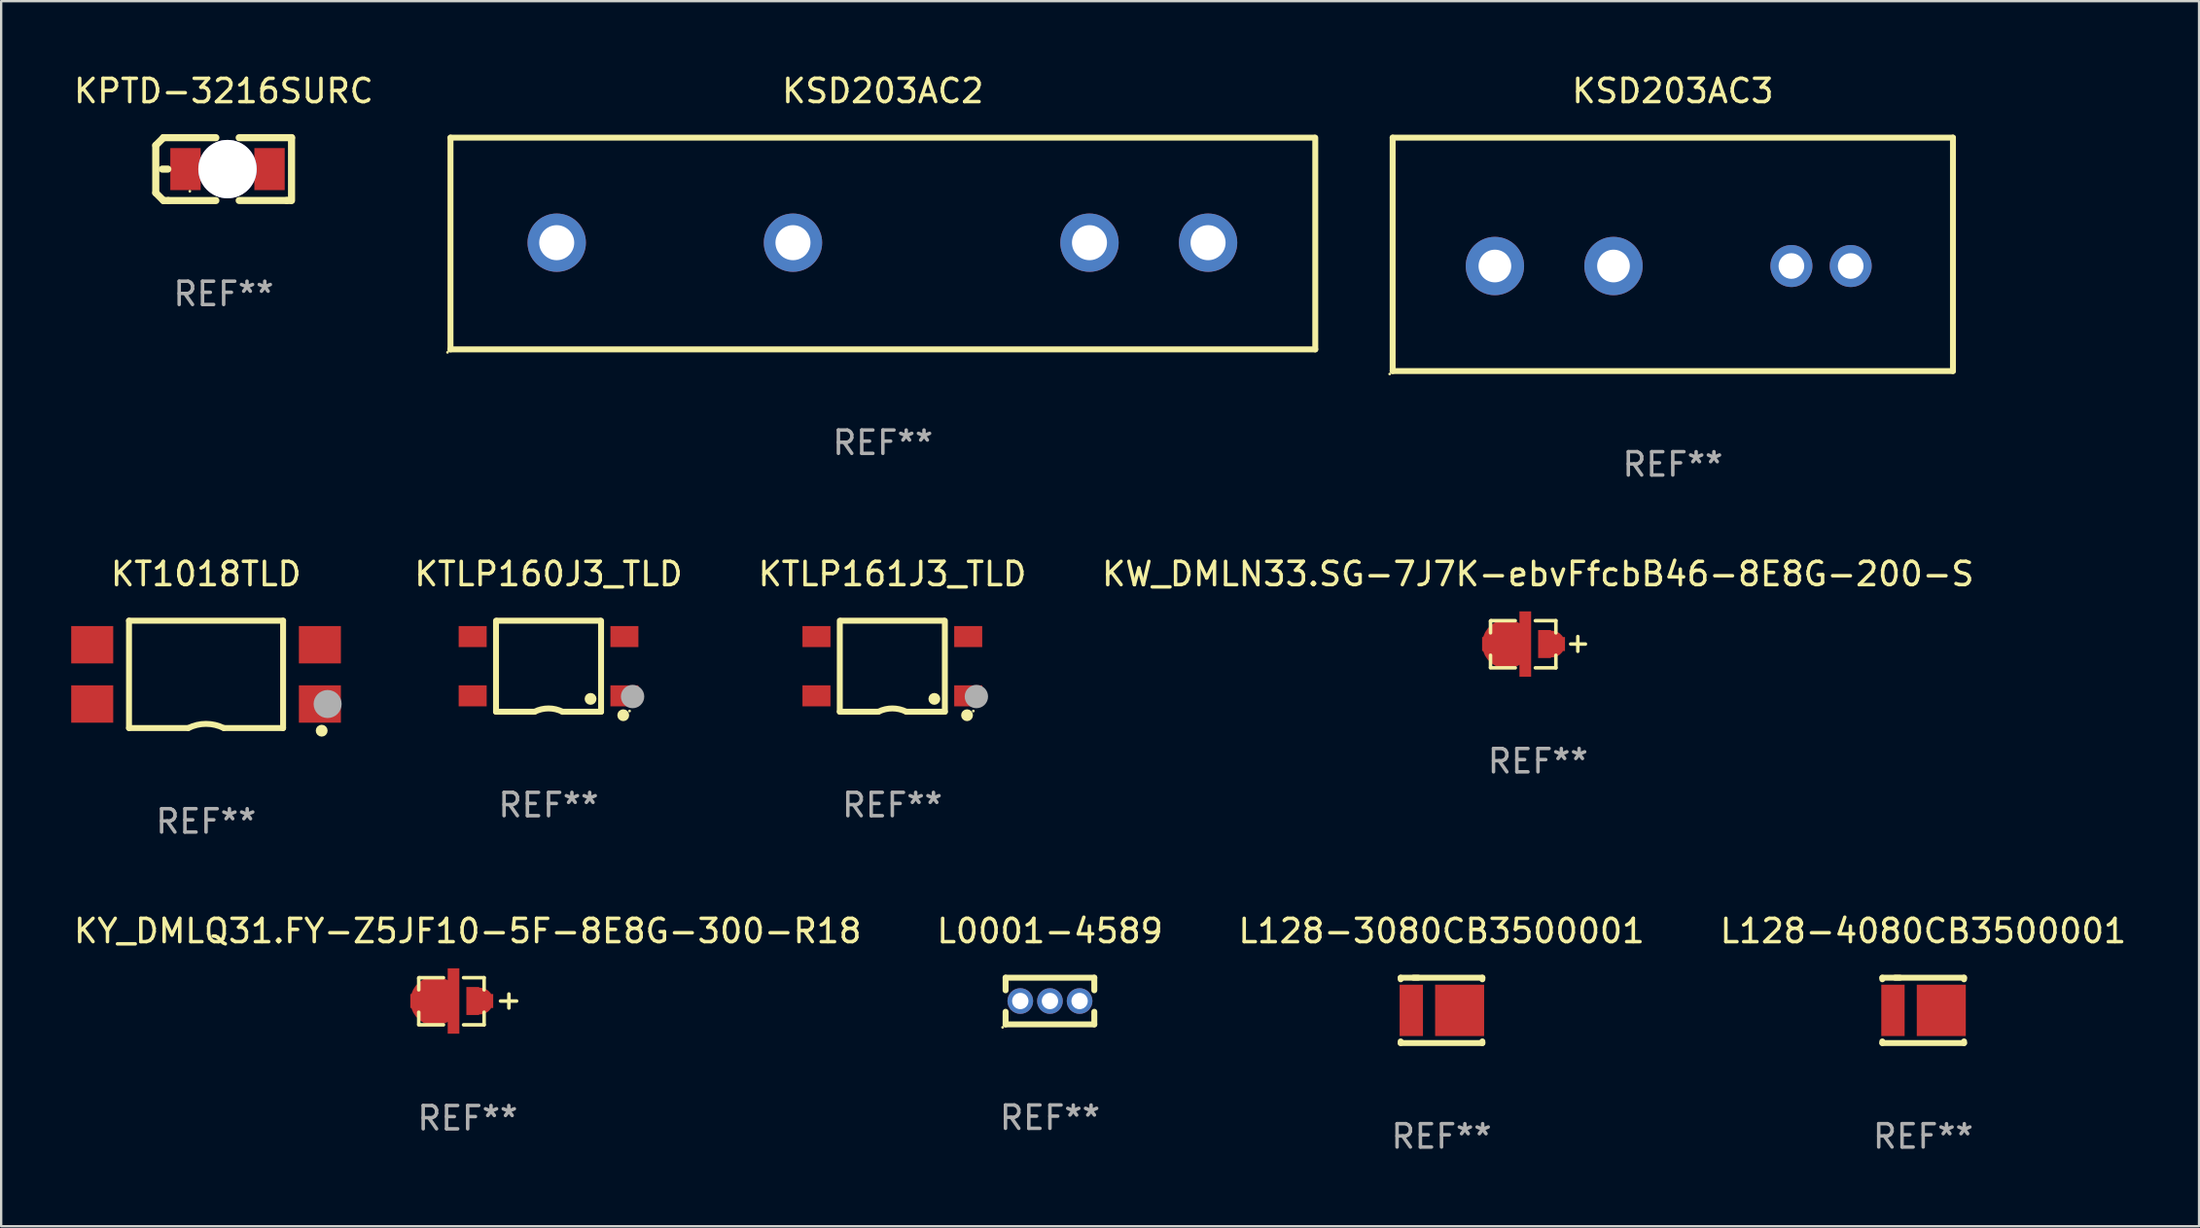
<source format=kicad_pcb>
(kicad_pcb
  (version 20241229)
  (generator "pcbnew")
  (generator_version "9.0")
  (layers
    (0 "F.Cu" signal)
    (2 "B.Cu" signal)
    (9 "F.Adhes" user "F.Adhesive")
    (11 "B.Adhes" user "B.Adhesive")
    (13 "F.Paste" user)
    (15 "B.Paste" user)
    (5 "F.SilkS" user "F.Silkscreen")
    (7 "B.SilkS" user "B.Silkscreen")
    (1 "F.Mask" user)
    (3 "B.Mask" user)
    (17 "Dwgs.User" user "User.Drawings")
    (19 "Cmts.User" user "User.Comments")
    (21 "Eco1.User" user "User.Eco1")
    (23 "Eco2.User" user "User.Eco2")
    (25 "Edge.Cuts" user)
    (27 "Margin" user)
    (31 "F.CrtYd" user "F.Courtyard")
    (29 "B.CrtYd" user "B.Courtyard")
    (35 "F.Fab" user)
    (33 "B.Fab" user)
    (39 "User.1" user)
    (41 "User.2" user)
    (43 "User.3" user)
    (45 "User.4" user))
  (footprint "KSD203AC2"
    (layer "F.Cu")
    (at 34.767 7.384)
    (property "Reference" "KSD203AC2" (at 0 -6.536 0) (layer "F.SilkS") (effects (font (size 1 1) (thickness 0.15))))
    (attr through_hole)
    (fp_line (start -18.521 -4.536) (end -18.521 4.536) (stroke (width 0.254) (type solid)) (layer "F.SilkS"))
    (fp_line (start -18.521 -4.536) (end 18.479 -4.536) (stroke (width 0.254) (type solid)) (layer "F.SilkS"))
    (fp_line (start -18.521 4.536) (end 18.521 4.536) (stroke (width 0.254) (type solid)) (layer "F.SilkS"))
    (fp_line (start 18.521 4.536) (end 18.521 -4.536) (stroke (width 0.254) (type solid)) (layer "F.SilkS"))
    (fp_circle (center -18.648 4.663) (end -18.618 4.663) (stroke (width 0.06) (type solid)) (fill no) (layer "F.SilkS"))
    (fp_text user "-" (at 12.806 3.647 0) (layer "B.Mask") (effects (font (size 1 1) (thickness 0.15))))
    (fp_text user "AC" (at -10.689 3.774 0) (layer "B.Mask") (effects (font (size 1 1) (thickness 0.15))))
    (fp_text user "+" (at 7.345 3.647 0) (layer "B.Mask") (effects (font (size 1 1) (thickness 0.15))))
    (fp_text user "REF**" (at 0 8.536 0) (layer "F.Fab") (effects (font (size 1 1) (thickness 0.15))))
    (pad "1" thru_hole circle (at -13.971 -0.036) (size 2.5 2.5) (drill 1.5) (layers "*.Cu" "*.Mask"))
    (pad "2" thru_hole circle (at -3.851 -0.036) (size 2.5 2.5) (drill 1.5) (layers "*.Cu" "*.Mask"))
    (pad "3" thru_hole circle (at 8.849 -0.036) (size 2.5 2.5) (drill 1.5) (layers "*.Cu" "*.Mask"))
    (pad "4" thru_hole circle (at 13.929 -0.036) (size 2.5 2.5) (drill 1.5) (layers "*.Cu" "*.Mask")))
  (footprint "KSD203AC3"
    (layer "F.Cu")
    (at 68.602 7.848)
    (property "Reference" "KSD203AC3" (at 0 -7 0) (layer "F.SilkS") (effects (font (size 1 1) (thickness 0.15))))
    (attr through_hole)
    (fp_line (start -12 -5) (end -12 5) (stroke (width 0.254) (type solid)) (layer "F.SilkS"))
    (fp_line (start 12 -5) (end -12 -5) (stroke (width 0.254) (type solid)) (layer "F.SilkS"))
    (fp_line (start 12 -5) (end 12 5) (stroke (width 0.254) (type solid)) (layer "F.SilkS"))
    (fp_line (start 12 5) (end -12 5) (stroke (width 0.254) (type solid)) (layer "F.SilkS"))
    (fp_circle (center -12.127 5.127) (end -12.097 5.127) (stroke (width 0.06) (type solid)) (fill no) (layer "F.SilkS"))
    (fp_text user "AC" (at -6.477 4.31 0) (layer "B.Mask") (effects (font (size 1 1) (thickness 0.15))))
    (fp_text user "-" (at 7.112 4.056 0) (layer "B.Mask") (effects (font (size 1 1) (thickness 0.15))))
    (fp_text user "+" (at 4.191 4.056 0) (layer "B.Mask") (effects (font (size 1 1) (thickness 0.15))))
    (fp_text user "REF**" (at 0 9 0) (layer "F.Fab") (effects (font (size 1 1) (thickness 0.15))))
    (pad "1" thru_hole circle (at -7.62 0.5) (size 2.5 2.5) (drill 1.4) (layers "*.Cu" "*.Mask"))
    (pad "2" thru_hole circle (at -2.54 0.5) (size 2.5 2.5) (drill 1.4) (layers "*.Cu" "*.Mask"))
    (pad "3" thru_hole circle (at 5.08 0.5) (size 1.8 1.8) (drill 1.1) (layers "*.Cu" "*.Mask"))
    (pad "4" thru_hole circle (at 7.62 0.5) (size 1.8 1.8) (drill 1.1) (layers "*.Cu" "*.Mask")))
  (footprint "KPTD-3216SURC"
    (layer "F.Cu")
    (at 6.53 4.196)
    (property "Reference" "KPTD-3216SURC" (at 0 -3.347 0) (layer "F.SilkS") (effects (font (size 1 1) (thickness 0.15))))
    (attr through_hole)
    (fp_line (start -2.908 -1.017) (end -2.908 1.017) (stroke (width 0.305) (type solid)) (layer "F.SilkS"))
    (fp_line (start -2.908 1.017) (end -2.578 1.347) (stroke (width 0.305) (type solid)) (layer "F.SilkS"))
    (fp_line (start -2.629 -0.001) (end -2.391 -0.001) (stroke (width 0.305) (type solid)) (layer "F.SilkS"))
    (fp_line (start -2.578 -1.347) (end -2.908 -1.017) (stroke (width 0.305) (type solid)) (layer "F.SilkS"))
    (fp_line (start -2.578 -1.347) (end -2.578 -1.347) (stroke (width 0.305) (type solid)) (layer "F.SilkS"))
    (fp_line (start -2.578 -1.347) (end -0.335 -1.347) (stroke (width 0.305) (type solid)) (layer "F.SilkS"))
    (fp_line (start -2.578 1.347) (end -2.375 1.347) (stroke (width 0.305) (type solid)) (layer "F.SilkS"))
    (fp_line (start -2.375 1.347) (end -0.335 1.347) (stroke (width 0.305) (type solid)) (layer "F.SilkS"))
    (fp_line (start 0.394 -0.678) (end 0.394 0.642) (stroke (width 0.305) (type solid)) (layer "F.SilkS"))
    (fp_line (start 0.394 -0.001) (end -0.343 -0.001) (stroke (width 0.305) (type solid)) (layer "F.SilkS"))
    (fp_line (start 2.705 1.345) (end 0.665 1.345) (stroke (width 0.305) (type solid)) (layer "F.SilkS"))
    (fp_line (start 2.883 1.345) (end 2.705 1.345) (stroke (width 0.305) (type solid)) (layer "F.SilkS"))
    (fp_line (start 2.908 -1.347) (end 0.665 -1.347) (stroke (width 0.305) (type solid)) (layer "F.SilkS"))
    (fp_line (start 2.908 -1.347) (end 2.908 1.345) (stroke (width 0.305) (type solid)) (layer "F.SilkS"))
    (fp_circle (center -1.449 0.949) (end -1.419 0.949) (stroke (width 0.06) (type solid)) (fill no) (layer "F.SilkS"))
    (fp_text user "REF**" (at 0 5.347 0) (layer "F.Fab") (effects (font (size 1 1) (thickness 0.15))))
    (pad "1" smd rect (at -1.635 -0.001 180) (size 1.3 1.8) (layers "F.Cu" "F.Mask" "F.Paste"))
    (pad "2" smd rect (at 1.965 -0.001) (size 1.3 1.8) (layers "F.Cu" "F.Mask" "F.Paste"))
    (pad "3" thru_hole circle (at 0.165 -0.001) (size 2.5 2.5) (drill 2.5) (layers "*.Cu" "*.Mask")))
  (footprint "KY_DMLQ31.FY-Z5JF10-5F-8E8G-300-R18"
    (layer "F.Cu")
    (at 16.982 39.851)
    (property "Reference" "KY_DMLQ31.FY-Z5JF10-5F-8E8G-300-R18" (at 0 -3.01 0) (layer "F.SilkS") (effects (font (size 1 1) (thickness 0.15))))
    (attr through_hole)
    (fp_line (start -2.096 -0.99) (end -2.096 -0.49) (stroke (width 0.152) (type solid)) (layer "F.SilkS"))
    (fp_line (start -2.096 0.47) (end -2.096 0.99) (stroke (width 0.152) (type solid)) (layer "F.SilkS"))
    (fp_line (start -2.096 1.01) (end -1.036 1.01) (stroke (width 0.152) (type solid)) (layer "F.SilkS"))
    (fp_line (start -2.076 -1.01) (end -2.096 -0.99) (stroke (width 0.152) (type solid)) (layer "F.SilkS"))
    (fp_line (start -1.036 -1.01) (end -2.076 -1.01) (stroke (width 0.152) (type solid)) (layer "F.SilkS"))
    (fp_line (start -0.176 1.01) (end 0.704 1.01) (stroke (width 0.152) (type solid)) (layer "F.SilkS"))
    (fp_line (start 0.704 -1.01) (end -0.176 -1.01) (stroke (width 0.152) (type solid)) (layer "F.SilkS"))
    (fp_line (start 0.704 -0.49) (end 0.704 -1.01) (stroke (width 0.152) (type solid)) (layer "F.SilkS"))
    (fp_line (start 0.704 1.01) (end 0.704 0.47) (stroke (width 0.152) (type solid)) (layer "F.SilkS"))
    (fp_line (start 1.406 -0.01) (end 2.096 -0.01) (stroke (width 0.152) (type solid)) (layer "F.SilkS"))
    (fp_line (start 1.766 -0.31) (end 1.766 0.29) (stroke (width 0.152) (type solid)) (layer "F.SilkS"))
    (fp_circle (center -2.056 0.99) (end -2.026 0.99) (stroke (width 0.06) (type solid)) (fill no) (layer "F.SilkS"))
    (fp_text user "REF**" (at 0 5.01 0) (layer "F.Fab") (effects (font (size 1 1) (thickness 0.15))))
    (pad "1" smd custom (at -1.406 -0.01) (size 2.1 2.8) (layers "F.Cu" "F.Mask" "F.Paste") (options (anchor circle)) (primitives (gr_poly (pts (xy 1.05 1.4) (xy 1.05 -1.4) (xy 0.55 -1.4) (xy 0.55 -0.8) (xy -0.45 -0.8) (xy -0.45 -0.3) (xy -1.05 -0.3) (xy -1.05 0.3) (xy -0.45 0.3) (xy -0.45 0.8) (xy 0.55 0.8) (xy 0.55 1.4)) (width 0) (fill yes))))
    (pad "2" smd custom (at 0.519 -0.01) (size 1.15 1.2) (layers "F.Cu" "F.Mask" "F.Paste") (options (anchor circle)) (primitives (gr_poly (pts (xy -0.575 0.6) (xy -0.575 -0.6) (xy -0.025 -0.6) (xy -0.025 -0.3) (xy 0.575 -0.3) (xy 0.575 0.3) (xy -0.025 0.3) (xy -0.025 0.6)) (width 0) (fill yes)))))
  (footprint "L128-3080CB3500001"
    (layer "F.Cu")
    (at 58.696 40.241)
    (property "Reference" "L128-3080CB3500001" (at 0 -3.4 0) (layer "F.SilkS") (effects (font (size 1 1) (thickness 0.15))))
    (attr through_hole)
    (fp_line (start -1.75 -1.4) (end -1 -1.4) (stroke (width 0.254) (type solid)) (layer "F.SilkS"))
    (fp_line (start -1.75 -1.331) (end -1.75 -1.4) (stroke (width 0.254) (type solid)) (layer "F.SilkS"))
    (fp_line (start -1.75 1.4) (end -1.75 1.331) (stroke (width 0.254) (type solid)) (layer "F.SilkS"))
    (fp_line (start -1.2 -1.4) (end 1.75 -1.4) (stroke (width 0.254) (type solid)) (layer "F.SilkS"))
    (fp_line (start 1.75 -1.4) (end 1.75 -1.33) (stroke (width 0.254) (type solid)) (layer "F.SilkS"))
    (fp_line (start 1.75 1.33) (end 1.75 1.4) (stroke (width 0.254) (type solid)) (layer "F.SilkS"))
    (fp_line (start 1.75 1.4) (end -1.75 1.4) (stroke (width 0.254) (type solid)) (layer "F.SilkS"))
    (fp_circle (center -1.775 1.4) (end -1.745 1.4) (stroke (width 0.06) (type solid)) (fill no) (layer "F.SilkS"))
    (fp_text user "REF**" (at 0 5.4 0) (layer "F.Fab") (effects (font (size 1 1) (thickness 0.15))))
    (pad "1" smd rect (at -1.295 0) (size 1 2.2) (layers "F.Cu" "F.Mask" "F.Paste"))
    (pad "2" smd rect (at 0.775 0) (size 2.1 2.2) (layers "F.Cu" "F.Mask" "F.Paste")))
  (footprint "L0001-4589"
    (layer "F.Cu")
    (at 41.923 39.841)
    (property "Reference" "L0001-4589" (at 0 -3 0) (layer "F.SilkS") (effects (font (size 1 1) (thickness 0.15))))
    (attr through_hole)
    (fp_line (start -1.9 -1) (end -1.9 -0.46) (stroke (width 0.254) (type solid)) (layer "F.SilkS"))
    (fp_line (start -1.9 -1) (end 1.9 -1) (stroke (width 0.254) (type solid)) (layer "F.SilkS"))
    (fp_line (start -1.9 0.46) (end -1.9 1) (stroke (width 0.254) (type solid)) (layer "F.SilkS"))
    (fp_line (start -1.9 1) (end 1.9 1) (stroke (width 0.254) (type solid)) (layer "F.SilkS"))
    (fp_line (start 1.9 -1) (end 1.9 -0.46) (stroke (width 0.254) (type solid)) (layer "F.SilkS"))
    (fp_line (start 1.9 0.46) (end 1.9 1) (stroke (width 0.254) (type solid)) (layer "F.SilkS"))
    (fp_circle (center -2.027 1.127) (end -1.997 1.127) (stroke (width 0.06) (type solid)) (fill no) (layer "F.SilkS"))
    (fp_text user "REF**" (at 0 5 0) (layer "F.Fab") (effects (font (size 1 1) (thickness 0.15))))
    (pad "1" thru_hole circle (at -1.27 0) (size 1.1 1.1) (drill 0.7) (layers "*.Cu" "*.Mask"))
    (pad "2" thru_hole circle (at 1.27 0) (size 1.1 1.1) (drill 0.7) (layers "*.Cu" "*.Mask"))
    (pad "3" thru_hole circle (at 0 0) (size 1.1 1.1) (drill 0.7) (layers "*.Cu" "*.Mask")))
  (footprint "KT1018TLD"
    (layer "F.Cu")
    (at 5.776 25.845)
    (property "Reference" "KT1018TLD" (at 0 -4.3 0) (layer "F.SilkS") (effects (font (size 1 1) (thickness 0.15))))
    (attr through_hole)
    (fp_line (start -3.3 -2.3) (end 3.3 -2.3) (stroke (width 0.254) (type solid)) (layer "F.SilkS"))
    (fp_line (start -3.3 2.3) (end -3.3 -2.3) (stroke (width 0.254) (type solid)) (layer "F.SilkS"))
    (fp_line (start -3.3 2.3) (end -0.762 2.3) (stroke (width 0.254) (type solid)) (layer "F.SilkS"))
    (fp_line (start 3.3 -2.3) (end 3.3 2.3) (stroke (width 0.254) (type solid)) (layer "F.SilkS"))
    (fp_line (start 3.3 2.3) (end 0.762 2.3) (stroke (width 0.254) (type solid)) (layer "F.SilkS"))
    (fp_arc (start -0.761976 2.300025) (mid 0.000169 2.120943) (end 0.762027 2.301244) (stroke (width 0.254001) (type solid)) (layer "F.SilkS"))
    (fp_circle (center 4.953 2.413) (end 5.08 2.413) (stroke (width 0.254) (type solid)) (fill no) (layer "F.SilkS"))
    (fp_circle (center 5 2.3) (end 5.03 2.3) (stroke (width 0.06) (type solid)) (fill no) (layer "F.SilkS"))
    (fp_arc (start 5.334138 1.270104) (mid 5.461138 1.240123) (end 5.588139 1.270104) (stroke (width 0.254001) (type solid)) (layer "F.Fab"))
    (fp_circle (center 5.207 1.27) (end 5.507 1.27) (stroke (width 0.6) (type solid)) (fill no) (layer "F.Fab"))
    (fp_text user "REF**" (at 0 6.3 0) (layer "F.Fab") (effects (font (size 1 1) (thickness 0.15))))
    (pad "1" smd rect (at 4.876 1.27) (size 1.8 1.6) (layers "F.Cu" "F.Mask" "F.Paste"))
    (pad "2" smd rect (at 4.876 -1.27) (size 1.8 1.6) (layers "F.Cu" "F.Mask" "F.Paste"))
    (pad "3" smd rect (at -4.876 -1.27) (size 1.8 1.6) (layers "F.Cu" "F.Mask" "F.Paste"))
    (pad "4" smd rect (at -4.876 1.27) (size 1.8 1.6) (layers "F.Cu" "F.Mask" "F.Paste")))
  (footprint "KTLP161J3_TLD"
    (layer "F.Cu")
    (at 35.172 25.495)
    (property "Reference" "KTLP161J3_TLD" (at 0 -3.95 0) (layer "F.SilkS") (effects (font (size 1 1) (thickness 0.15))))
    (attr through_hole)
    (fp_line (start -2.25 1.95) (end -2.25 -1.95) (stroke (width 0.254) (type solid)) (layer "F.SilkS"))
    (fp_line (start -2.25 1.95) (end -0.6 1.95) (stroke (width 0.254) (type solid)) (layer "F.SilkS"))
    (fp_line (start -2.2 -1.95) (end 2.2 -1.95) (stroke (width 0.254) (type solid)) (layer "F.SilkS"))
    (fp_line (start 2.25 -1.95) (end 2.25 1.95) (stroke (width 0.254) (type solid)) (layer "F.SilkS"))
    (fp_line (start 2.25 1.95) (end 0.6 1.95) (stroke (width 0.254) (type solid)) (layer "F.SilkS"))
    (fp_arc (start -0.6 1.949962) (mid -0.00019 1.808889) (end 0.599441 1.950724) (stroke (width 0.254001) (type solid)) (layer "F.SilkS"))
    (fp_circle (center 1.8 1.4) (end 1.927 1.4) (stroke (width 0.254) (type solid)) (fill no) (layer "F.SilkS"))
    (fp_circle (center 3.2 2.1) (end 3.327 2.1) (stroke (width 0.254) (type solid)) (fill no) (layer "F.SilkS"))
    (fp_circle (center 3.47 1.92) (end 3.5 1.92) (stroke (width 0.06) (type solid)) (fill no) (layer "F.SilkS"))
    (fp_circle (center 3.6 1.3) (end 3.85 1.3) (stroke (width 0.5) (type solid)) (fill no) (layer "F.Fab"))
    (fp_text user "REF**" (at 0 5.95 0) (layer "F.Fab") (effects (font (size 1 1) (thickness 0.15))))
    (pad "1" smd rect (at 3.25 1.27 180) (size 1.199 0.9) (layers "F.Cu" "F.Mask" "F.Paste"))
    (pad "2" smd rect (at 3.25 -1.27 180) (size 1.199 0.9) (layers "F.Cu" "F.Mask" "F.Paste"))
    (pad "3" smd rect (at -3.25 -1.27 180) (size 1.199 0.9) (layers "F.Cu" "F.Mask" "F.Paste"))
    (pad "4" smd rect (at -3.25 1.27 180) (size 1.199 0.9) (layers "F.Cu" "F.Mask" "F.Paste")))
  (footprint "KW_DMLN33.SG-7J7K-ebvFfcbB46-8E8G-200-S"
    (layer "F.Cu")
    (at 62.827 24.555)
    (property "Reference" "KW_DMLN33.SG-7J7K-ebvFfcbB46-8E8G-200-S" (at 0 -3.01 0) (layer "F.SilkS") (effects (font (size 1 1) (thickness 0.15))))
    (attr through_hole)
    (fp_line (start -2.033 -0.99) (end -2.033 -0.49) (stroke (width 0.152) (type solid)) (layer "F.SilkS"))
    (fp_line (start -2.033 0.47) (end -2.033 0.99) (stroke (width 0.152) (type solid)) (layer "F.SilkS"))
    (fp_line (start -2.033 1.01) (end -0.973 1.01) (stroke (width 0.152) (type solid)) (layer "F.SilkS"))
    (fp_line (start -2.013 -1.01) (end -2.033 -0.99) (stroke (width 0.152) (type solid)) (layer "F.SilkS"))
    (fp_line (start -0.973 -1.01) (end -2.013 -1.01) (stroke (width 0.152) (type solid)) (layer "F.SilkS"))
    (fp_line (start -0.113 1.01) (end 0.767 1.01) (stroke (width 0.152) (type solid)) (layer "F.SilkS"))
    (fp_line (start 0.767 -1.01) (end -0.113 -1.01) (stroke (width 0.152) (type solid)) (layer "F.SilkS"))
    (fp_line (start 0.767 -0.49) (end 0.767 -1.01) (stroke (width 0.152) (type solid)) (layer "F.SilkS"))
    (fp_line (start 0.767 1.01) (end 0.767 0.47) (stroke (width 0.152) (type solid)) (layer "F.SilkS"))
    (fp_line (start 1.398 -0.01) (end 2.033 -0.01) (stroke (width 0.15) (type solid)) (layer "F.SilkS"))
    (fp_line (start 1.707 -0.333) (end 1.707 0.302) (stroke (width 0.15) (type solid)) (layer "F.SilkS"))
    (fp_circle (center -1.993 0.99) (end -1.963 0.99) (stroke (width 0.06) (type solid)) (fill no) (layer "F.SilkS"))
    (fp_text user "REF**" (at 0 5.01 0) (layer "F.Fab") (effects (font (size 1 1) (thickness 0.15))))
    (pad "1" smd custom (at -1.343 -0.01) (size 2.1 2.8) (layers "F.Cu" "F.Mask" "F.Paste") (options (anchor circle)) (primitives (gr_poly (pts (xy 1.05 1.4) (xy 1.05 -1.4) (xy 0.55 -1.4) (xy 0.55 -0.8) (xy -0.45 -0.8) (xy -0.45 -0.3) (xy -1.05 -0.3) (xy -1.05 0.3) (xy -0.45 0.3) (xy -0.45 0.8) (xy 0.55 0.8) (xy 0.55 1.4)) (width 0) (fill yes))))
    (pad "2" smd custom (at 0.582 -0.01) (size 1.15 1.2) (layers "F.Cu" "F.Mask" "F.Paste") (options (anchor circle)) (primitives (gr_poly (pts (xy -0.575 0.6) (xy -0.575 -0.6) (xy -0.025 -0.6) (xy -0.025 -0.3) (xy 0.575 -0.3) (xy 0.575 0.3) (xy -0.025 0.3) (xy -0.025 0.6)) (width 0) (fill yes)))))
  (footprint "KTLP160J3_TLD"
    (layer "F.Cu")
    (at 20.446 25.495)
    (property "Reference" "KTLP160J3_TLD" (at 0 -3.95 0) (layer "F.SilkS") (effects (font (size 1 1) (thickness 0.15))))
    (attr through_hole)
    (fp_line (start -2.25 1.95) (end -2.25 -1.95) (stroke (width 0.254) (type solid)) (layer "F.SilkS"))
    (fp_line (start -2.25 1.95) (end -0.6 1.95) (stroke (width 0.254) (type solid)) (layer "F.SilkS"))
    (fp_line (start -2.2 -1.95) (end 2.2 -1.95) (stroke (width 0.254) (type solid)) (layer "F.SilkS"))
    (fp_line (start 2.25 -1.95) (end 2.25 1.95) (stroke (width 0.254) (type solid)) (layer "F.SilkS"))
    (fp_line (start 2.25 1.95) (end 0.6 1.95) (stroke (width 0.254) (type solid)) (layer "F.SilkS"))
    (fp_arc (start -0.6 1.949962) (mid -0.00019 1.808889) (end 0.599441 1.950724) (stroke (width 0.254001) (type solid)) (layer "F.SilkS"))
    (fp_circle (center 1.8 1.4) (end 1.927 1.4) (stroke (width 0.254) (type solid)) (fill no) (layer "F.SilkS"))
    (fp_circle (center 3.2 2.1) (end 3.327 2.1) (stroke (width 0.254) (type solid)) (fill no) (layer "F.SilkS"))
    (fp_circle (center 3.47 1.92) (end 3.5 1.92) (stroke (width 0.06) (type solid)) (fill no) (layer "F.SilkS"))
    (fp_circle (center 3.6 1.3) (end 3.85 1.3) (stroke (width 0.5) (type solid)) (fill no) (layer "F.Fab"))
    (fp_text user "REF**" (at 0 5.95 0) (layer "F.Fab") (effects (font (size 1 1) (thickness 0.15))))
    (pad "1" smd rect (at 3.25 1.27 180) (size 1.199 0.9) (layers "F.Cu" "F.Mask" "F.Paste"))
    (pad "2" smd rect (at 3.25 -1.27 180) (size 1.199 0.9) (layers "F.Cu" "F.Mask" "F.Paste"))
    (pad "3" smd rect (at -3.25 -1.27 180) (size 1.199 0.9) (layers "F.Cu" "F.Mask" "F.Paste"))
    (pad "4" smd rect (at -3.25 1.27 180) (size 1.199 0.9) (layers "F.Cu" "F.Mask" "F.Paste")))
  (footprint "L128-4080CB3500001"
    (layer "F.Cu")
    (at 79.327 40.241)
    (property "Reference" "L128-4080CB3500001" (at 0 -3.4 0) (layer "F.SilkS") (effects (font (size 1 1) (thickness 0.15))))
    (attr through_hole)
    (fp_line (start -1.75 -1.4) (end -1 -1.4) (stroke (width 0.254) (type solid)) (layer "F.SilkS"))
    (fp_line (start -1.75 -1.331) (end -1.75 -1.4) (stroke (width 0.254) (type solid)) (layer "F.SilkS"))
    (fp_line (start -1.75 1.4) (end -1.75 1.331) (stroke (width 0.254) (type solid)) (layer "F.SilkS"))
    (fp_line (start -1.2 -1.4) (end 1.75 -1.4) (stroke (width 0.254) (type solid)) (layer "F.SilkS"))
    (fp_line (start 1.75 -1.4) (end 1.75 -1.33) (stroke (width 0.254) (type solid)) (layer "F.SilkS"))
    (fp_line (start 1.75 1.33) (end 1.75 1.4) (stroke (width 0.254) (type solid)) (layer "F.SilkS"))
    (fp_line (start 1.75 1.4) (end -1.75 1.4) (stroke (width 0.254) (type solid)) (layer "F.SilkS"))
    (fp_circle (center -1.775 1.4) (end -1.745 1.4) (stroke (width 0.06) (type solid)) (fill no) (layer "F.SilkS"))
    (fp_text user "REF**" (at 0 5.4 0) (layer "F.Fab") (effects (font (size 1 1) (thickness 0.15))))
    (pad "1" smd rect (at -1.295 0) (size 1 2.2) (layers "F.Cu" "F.Mask" "F.Paste"))
    (pad "2" smd rect (at 0.775 0) (size 2.1 2.2) (layers "F.Cu" "F.Mask" "F.Paste")))
  (gr_rect
    (start -3 -3)
    (end 91.143 49.49)
    (stroke (width 0.1) (type default))
    (fill no)
    (layer "Edge.Cuts")))
</source>
